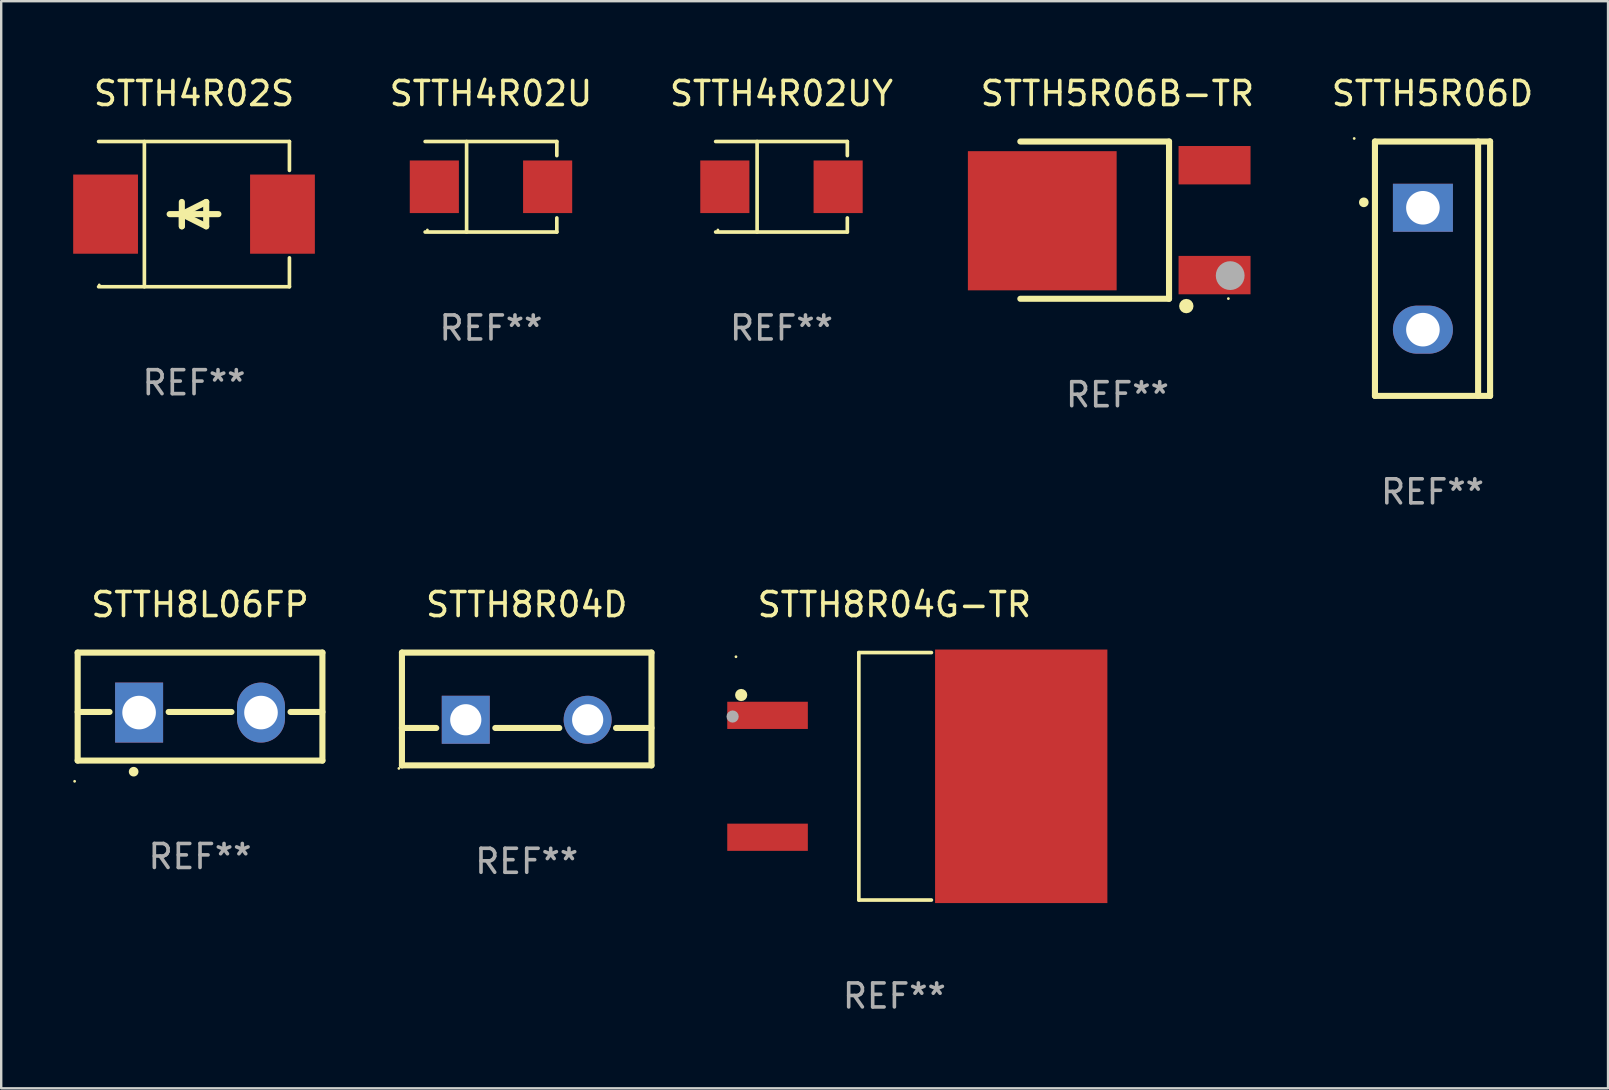
<source format=kicad_pcb>
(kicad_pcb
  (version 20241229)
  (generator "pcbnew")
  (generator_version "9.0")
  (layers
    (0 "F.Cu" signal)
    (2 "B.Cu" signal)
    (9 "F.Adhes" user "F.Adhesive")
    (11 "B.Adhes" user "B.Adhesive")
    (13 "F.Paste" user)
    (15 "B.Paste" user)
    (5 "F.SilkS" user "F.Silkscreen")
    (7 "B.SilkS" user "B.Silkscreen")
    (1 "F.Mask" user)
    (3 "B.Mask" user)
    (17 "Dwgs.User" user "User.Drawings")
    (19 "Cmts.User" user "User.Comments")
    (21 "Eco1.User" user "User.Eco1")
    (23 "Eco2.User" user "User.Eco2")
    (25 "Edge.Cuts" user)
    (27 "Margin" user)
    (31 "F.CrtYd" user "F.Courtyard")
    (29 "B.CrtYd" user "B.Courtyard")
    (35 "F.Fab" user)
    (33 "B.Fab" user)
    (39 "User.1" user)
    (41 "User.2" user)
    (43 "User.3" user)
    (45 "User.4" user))
  (footprint "STTH5R06B-TR"
    (layer "F.Cu")
    (at 43.52 6.125)
    (property "Reference" "STTH5R06B-TR" (at 0 -5.277 0) (layer "F.SilkS") (effects (font (size 1 1) (thickness 0.15))))
    (attr through_hole)
    (fp_line (start -4.047 -3.277) (end 2.15 -3.277) (stroke (width 0.254) (type solid)) (layer "F.SilkS"))
    (fp_line (start 2.15 -3.277) (end 2.15 3.277) (stroke (width 0.254) (type solid)) (layer "F.SilkS"))
    (fp_line (start 2.15 3.277) (end -4.047 3.277) (stroke (width 0.254) (type solid)) (layer "F.SilkS"))
    (fp_circle (center 2.87 3.581) (end 3.02 3.581) (stroke (width 0.3) (type solid)) (fill no) (layer "F.SilkS"))
    (fp_circle (center 4.623 3.27) (end 4.653 3.27) (stroke (width 0.06) (type solid)) (fill no) (layer "F.SilkS"))
    (fp_circle (center 4.699 2.311) (end 4.999 2.311) (stroke (width 0.6) (type solid)) (fill no) (layer "F.Fab"))
    (fp_text user "REF**" (at 0 7.277 0) (layer "F.Fab") (effects (font (size 1 1) (thickness 0.15))))
    (pad "1" smd rect (at 4.047 2.29) (size 3 1.6) (layers "F.Cu" "F.Mask" "F.Paste"))
    (pad "3" smd rect (at 4.047 -2.29) (size 3 1.6) (layers "F.Cu" "F.Mask" "F.Paste"))
    (pad "4" smd rect (at -3.133 0.025) (size 6.2 5.8) (layers "F.Cu" "F.Mask" "F.Paste")))
  (footprint "STTH5R06D"
    (layer "F.Cu")
    (at 56.651 8.149)
    (property "Reference" "STTH5R06D" (at 0 -7.301 0) (layer "F.SilkS") (effects (font (size 1 1) (thickness 0.15))))
    (attr through_hole)
    (fp_line (start -2.399 -5.301) (end 2.394 -5.301) (stroke (width 0.254) (type solid)) (layer "F.SilkS"))
    (fp_line (start -2.399 5.301) (end -2.399 -5.301) (stroke (width 0.254) (type solid)) (layer "F.SilkS"))
    (fp_line (start 1.9 5.3) (end 1.9 -5.3) (stroke (width 0.254) (type solid)) (layer "F.SilkS"))
    (fp_line (start 2.394 -5.301) (end 2.399 -5.301) (stroke (width 0.254) (type solid)) (layer "F.SilkS"))
    (fp_line (start 2.399 -5.301) (end 2.399 5.301) (stroke (width 0.254) (type solid)) (layer "F.SilkS"))
    (fp_line (start 2.399 5.301) (end -2.399 5.301) (stroke (width 0.254) (type solid)) (layer "F.SilkS"))
    (fp_arc (start -2.863843 -2.766066) (mid -2.863847 -2.767336) (end -2.863843 -2.768606) (stroke (width 0.4) (type solid)) (layer "F.SilkS"))
    (fp_circle (center -3.264 -5.428) (end -3.234 -5.428) (stroke (width 0.06) (type solid)) (fill no) (layer "F.SilkS"))
    (fp_text user "REF**" (at 0 9.301 0) (layer "F.Fab") (effects (font (size 1 1) (thickness 0.15))))
    (pad "1" thru_hole rect (at -0.4 -2.54 270) (size 2 2.5) (drill 1.4) (layers "*.Cu" "*.Mask"))
    (pad "2" thru_hole oval (at -0.4 2.54 270) (size 2 2.5) (drill 1.4) (layers "*.Cu" "*.Mask")))
  (footprint "STTH4R02U"
    (layer "F.Cu")
    (at 17.412 4.734)
    (property "Reference" "STTH4R02U" (at 0 -3.886 0) (layer "F.SilkS") (effects (font (size 1 1) (thickness 0.15))))
    (attr through_hole)
    (fp_line (start -2.744 -1.886) (end 2.744 -1.886) (stroke (width 0.152) (type solid)) (layer "F.SilkS"))
    (fp_line (start -2.744 1.886) (end 2.744 1.886) (stroke (width 0.152) (type solid)) (layer "F.SilkS"))
    (fp_line (start -1.016 -1.886) (end -1.016 1.886) (stroke (width 0.152) (type solid)) (layer "F.SilkS"))
    (fp_line (start 2.744 -1.886) (end 2.744 -1.299) (stroke (width 0.152) (type solid)) (layer "F.SilkS"))
    (fp_line (start 2.744 1.886) (end 2.744 1.299) (stroke (width 0.152) (type solid)) (layer "F.SilkS"))
    (fp_circle (center -2.65 1.8) (end -2.62 1.8) (stroke (width 0.06) (type solid)) (fill no) (layer "F.SilkS"))
    (fp_text user "REF**" (at 0 5.886 0) (layer "F.Fab") (effects (font (size 1 1) (thickness 0.15))))
    (pad "1" smd rect (at -2.361 0) (size 2.047 2.192) (layers "F.Cu" "F.Mask" "F.Paste"))
    (pad "2" smd rect (at 2.361 0) (size 2.047 2.192) (layers "F.Cu" "F.Mask" "F.Paste")))
  (footprint "STTH4R02UY"
    (layer "F.Cu")
    (at 29.519 4.734)
    (property "Reference" "STTH4R02UY" (at 0 -3.886 0) (layer "F.SilkS") (effects (font (size 1 1) (thickness 0.15))))
    (attr through_hole)
    (fp_line (start -2.744 -1.886) (end 2.744 -1.886) (stroke (width 0.152) (type solid)) (layer "F.SilkS"))
    (fp_line (start -2.744 1.886) (end 2.744 1.886) (stroke (width 0.152) (type solid)) (layer "F.SilkS"))
    (fp_line (start -1.016 -1.886) (end -1.016 1.886) (stroke (width 0.152) (type solid)) (layer "F.SilkS"))
    (fp_line (start 2.744 -1.886) (end 2.744 -1.299) (stroke (width 0.152) (type solid)) (layer "F.SilkS"))
    (fp_line (start 2.744 1.886) (end 2.744 1.299) (stroke (width 0.152) (type solid)) (layer "F.SilkS"))
    (fp_circle (center -2.65 1.8) (end -2.62 1.8) (stroke (width 0.06) (type solid)) (fill no) (layer "F.SilkS"))
    (fp_text user "REF**" (at 0 5.886 0) (layer "F.Fab") (effects (font (size 1 1) (thickness 0.15))))
    (pad "1" smd rect (at -2.361 0) (size 2.047 2.192) (layers "F.Cu" "F.Mask" "F.Paste"))
    (pad "2" smd rect (at 2.361 0) (size 2.047 2.192) (layers "F.Cu" "F.Mask" "F.Paste")))
  (footprint "STTH8R04G-TR"
    (layer "F.Cu")
    (at 34.224 29.303)
    (property "Reference" "STTH8R04G-TR" (at 0 -7.156 0) (layer "F.SilkS") (effects (font (size 1 1) (thickness 0.15))))
    (attr through_hole)
    (fp_line (start -1.481 -5.156) (end -1.481 5.156) (stroke (width 0.152) (type solid)) (layer "F.SilkS"))
    (fp_line (start 1.543 -5.156) (end -1.481 -5.156) (stroke (width 0.152) (type solid)) (layer "F.SilkS"))
    (fp_line (start 1.543 5.156) (end -1.481 5.156) (stroke (width 0.152) (type solid)) (layer "F.SilkS"))
    (fp_circle (center -6.602 -4.983) (end -6.572 -4.983) (stroke (width 0.06) (type solid)) (fill no) (layer "F.SilkS"))
    (fp_circle (center -6.385 -3.388) (end -6.258 -3.388) (stroke (width 0.254) (type solid)) (fill no) (layer "F.SilkS"))
    (fp_circle (center -6.742 -2.491) (end -6.615 -2.491) (stroke (width 0.254) (type solid)) (fill no) (layer "F.Fab"))
    (fp_text user "REF**" (at 0 9.156 0) (layer "F.Fab") (effects (font (size 1 1) (thickness 0.15))))
    (pad "1" smd rect (at -5.286 -2.54) (size 3.359 1.134) (layers "F.Cu" "F.Mask" "F.Paste"))
    (pad "3" smd rect (at -5.286 2.54) (size 3.359 1.134) (layers "F.Cu" "F.Mask" "F.Paste"))
    (pad "4" smd rect (at 5.286 0) (size 7.181 10.566) (layers "F.Cu" "F.Mask" "F.Paste")))
  (footprint "STTH8L06FP"
    (layer "F.Cu")
    (at 5.287 26.397)
    (property "Reference" "STTH8L06FP" (at 0 -4.25 0) (layer "F.SilkS") (effects (font (size 1 1) (thickness 0.15))))
    (attr through_hole)
    (fp_line (start -5.1 -2.25) (end -5.1 2.25) (stroke (width 0.254) (type solid)) (layer "F.SilkS"))
    (fp_line (start -5.1 0.224) (end -3.772 0.224) (stroke (width 0.254) (type solid)) (layer "F.SilkS"))
    (fp_line (start -5.1 2.25) (end 5.1 2.25) (stroke (width 0.254) (type solid)) (layer "F.SilkS"))
    (fp_line (start -1.308 0.224) (end 1.309 0.224) (stroke (width 0.254) (type solid)) (layer "F.SilkS"))
    (fp_line (start 3.771 0.224) (end 5.1 0.224) (stroke (width 0.254) (type solid)) (layer "F.SilkS"))
    (fp_line (start 5.1 -2.25) (end -5.1 -2.25) (stroke (width 0.254) (type solid)) (layer "F.SilkS"))
    (fp_line (start 5.1 -2.25) (end 5.1 2.25) (stroke (width 0.254) (type solid)) (layer "F.SilkS"))
    (fp_arc (start -2.768606 2.713805) (mid -2.767336 2.713801) (end -2.766066 2.713805) (stroke (width 0.4) (type solid)) (layer "F.SilkS"))
    (fp_circle (center -5.227 3.114) (end -5.197 3.114) (stroke (width 0.06) (type solid)) (fill no) (layer "F.SilkS"))
    (fp_text user "REF**" (at 0 6.25 0) (layer "F.Fab") (effects (font (size 1 1) (thickness 0.15))))
    (pad "1" thru_hole rect (at -2.54 0.25) (size 2 2.5) (drill 1.4) (layers "*.Cu" "*.Mask"))
    (pad "3" thru_hole oval (at 2.54 0.25) (size 2 2.5) (drill 1.4) (layers "*.Cu" "*.Mask")))
  (footprint "STTH4R02S"
    (layer "F.Cu")
    (at 5.036 5.874)
    (property "Reference" "STTH4R02S" (at 0 -5.026 0) (layer "F.SilkS") (effects (font (size 1 1) (thickness 0.15))))
    (attr through_hole)
    (fp_line (start -3.976 -3.026) (end 3.976 -3.026) (stroke (width 0.152) (type solid)) (layer "F.SilkS"))
    (fp_line (start -3.976 3.026) (end 3.976 3.026) (stroke (width 0.152) (type solid)) (layer "F.SilkS"))
    (fp_line (start -2.069 -3.026) (end -2.069 3.026) (stroke (width 0.152) (type solid)) (layer "F.SilkS"))
    (fp_line (start -0.508 0) (end -0.508 0.508) (stroke (width 0.254) (type solid)) (layer "F.SilkS"))
    (fp_line (start -0.508 0) (end 0.508 0.508) (stroke (width 0.254) (type solid)) (layer "F.SilkS"))
    (fp_line (start -0.508 0.508) (end -0.508 -0.508) (stroke (width 0.254) (type solid)) (layer "F.SilkS"))
    (fp_line (start 0.508 -0.508) (end -0.508 0) (stroke (width 0.254) (type solid)) (layer "F.SilkS"))
    (fp_line (start 0.508 0.508) (end 0.508 -0.508) (stroke (width 0.254) (type solid)) (layer "F.SilkS"))
    (fp_line (start 1.016 0) (end -1.016 0) (stroke (width 0.254) (type solid)) (layer "F.SilkS"))
    (fp_line (start 3.976 -3.026) (end 3.976 -1.823) (stroke (width 0.152) (type solid)) (layer "F.SilkS"))
    (fp_line (start 3.976 3.026) (end 3.976 1.823) (stroke (width 0.152) (type solid)) (layer "F.SilkS"))
    (fp_circle (center -3.95 2.95) (end -3.92 2.95) (stroke (width 0.06) (type solid)) (fill no) (layer "F.SilkS"))
    (fp_text user "REF**" (at 0 7.026 0) (layer "F.Fab") (effects (font (size 1 1) (thickness 0.15))))
    (pad "1" smd rect (at -3.686 0) (size 2.7 3.3) (layers "F.Cu" "F.Mask" "F.Paste"))
    (pad "2" smd rect (at 3.686 0) (size 2.7 3.3) (layers "F.Cu" "F.Mask" "F.Paste")))
  (footprint "STTH8R04D"
    (layer "F.Cu")
    (at 18.901 26.497)
    (property "Reference" "STTH8R04D" (at 0 -4.35 0) (layer "F.SilkS") (effects (font (size 1 1) (thickness 0.15))))
    (attr through_hole)
    (fp_line (start -5.2 -2.35) (end -5.2 2.35) (stroke (width 0.254) (type solid)) (layer "F.SilkS"))
    (fp_line (start -5.2 -2.35) (end 5.2 -2.35) (stroke (width 0.254) (type solid)) (layer "F.SilkS"))
    (fp_line (start -5.2 0.792) (end -3.771 0.792) (stroke (width 0.254) (type solid)) (layer "F.SilkS"))
    (fp_line (start -5.2 2.35) (end 5.2 2.35) (stroke (width 0.254) (type solid)) (layer "F.SilkS"))
    (fp_line (start -1.309 0.792) (end 1.357 0.792) (stroke (width 0.254) (type solid)) (layer "F.SilkS"))
    (fp_line (start 3.723 0.792) (end 5.2 0.792) (stroke (width 0.254) (type solid)) (layer "F.SilkS"))
    (fp_line (start 5.2 -2.35) (end 5.2 2.35) (stroke (width 0.254) (type solid)) (layer "F.SilkS"))
    (fp_circle (center -5.327 2.477) (end -5.297 2.477) (stroke (width 0.06) (type solid)) (fill no) (layer "F.SilkS"))
    (fp_text user "REF**" (at 0 6.35 0) (layer "F.Fab") (effects (font (size 1 1) (thickness 0.15))))
    (pad "1" thru_hole rect (at -2.54 0.45) (size 2 2) (drill 1.3) (layers "*.Cu" "*.Mask"))
    (pad "2" thru_hole circle (at 2.54 0.45) (size 2 2) (drill 1.3) (layers "*.Cu" "*.Mask")))
  (gr_rect
    (start -3 -3)
    (end 63.966 42.307)
    (stroke (width 0.1) (type default))
    (fill no)
    (layer "Edge.Cuts")))
</source>
